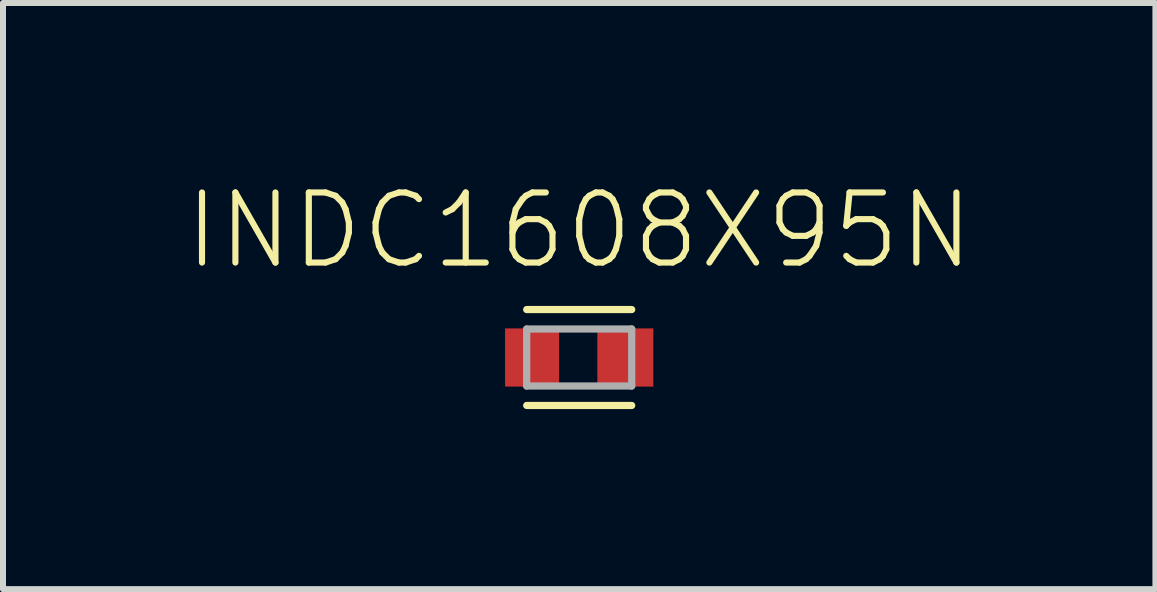
<source format=kicad_pcb>
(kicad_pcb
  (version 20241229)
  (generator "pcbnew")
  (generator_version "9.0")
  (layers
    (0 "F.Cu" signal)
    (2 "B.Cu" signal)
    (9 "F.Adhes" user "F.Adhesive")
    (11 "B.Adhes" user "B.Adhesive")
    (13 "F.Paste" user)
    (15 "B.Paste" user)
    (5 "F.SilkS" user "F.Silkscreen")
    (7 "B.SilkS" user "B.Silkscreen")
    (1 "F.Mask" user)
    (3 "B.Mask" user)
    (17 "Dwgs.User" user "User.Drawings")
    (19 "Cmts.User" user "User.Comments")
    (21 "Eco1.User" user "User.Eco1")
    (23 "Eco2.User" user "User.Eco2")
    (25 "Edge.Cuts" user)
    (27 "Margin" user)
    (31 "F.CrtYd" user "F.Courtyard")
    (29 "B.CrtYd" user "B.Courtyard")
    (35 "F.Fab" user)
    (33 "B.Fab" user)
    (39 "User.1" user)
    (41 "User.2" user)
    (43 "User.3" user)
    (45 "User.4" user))
  (footprint "INDC1608X95N"
    (layer "F.Cu")
    (at 6.601 2.907)
    (property "Reference" "INDC1608X95N" (at 0 -1.434 0) (layer "F.SilkS") (effects (font (size 1.168 1.168) (thickness 0.102)) (justify bottom)))
    (fp_line (start 0.875 -0.799) (end -0.875 -0.799) (stroke (width 0.12) (type solid)) (layer "F.SilkS"))
    (fp_line (start 0.875 0.799) (end -0.875 0.799) (stroke (width 0.12) (type solid)) (layer "F.SilkS"))
    (fp_line (start -0.875 -0.475) (end 0.875 -0.475) (stroke (width 0.12) (type solid)) (layer "F.Fab"))
    (fp_line (start -0.875 0.475) (end -0.875 -0.475) (stroke (width 0.12) (type solid)) (layer "F.Fab"))
    (fp_line (start 0.875 -0.475) (end 0.875 0.475) (stroke (width 0.12) (type solid)) (layer "F.Fab"))
    (fp_line (start 0.875 0.475) (end -0.875 0.475) (stroke (width 0.12) (type solid)) (layer "F.Fab"))
    (pad "1" smd rect (at -0.785 0) (size 0.9 0.97) (layers "F.Cu" "F.Mask" "F.Paste"))
    (pad "2" smd rect (at 0.769 0) (size 0.933 0.97) (layers "F.Cu" "F.Mask" "F.Paste")))
  (gr_rect
    (start -3 -3)
    (end 16.202 6.766)
    (stroke (width 0.1) (type default))
    (fill no)
    (layer "Edge.Cuts")))
</source>
